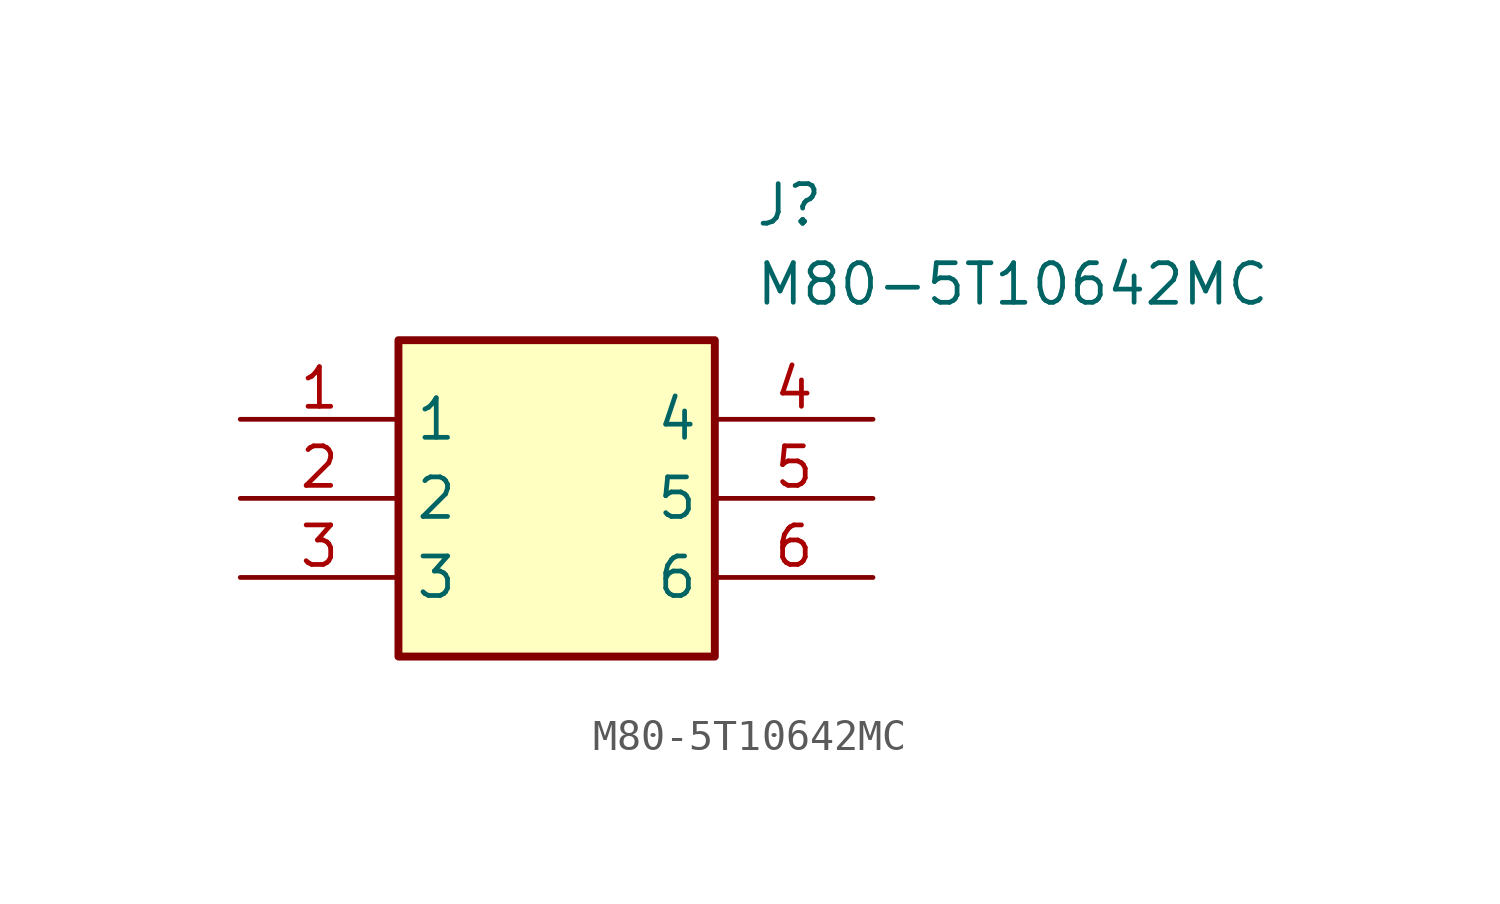
<source format=kicad_sym>
(kicad_symbol_lib
  (version 20211014)
  (generator SamacSys_ECAD_Model)
  (symbol "M80-5T10642MC"
    (property "Reference" "J"
      (at 16.51 7.62 0)
      (effects (font (size 1.27 1.27)) (justify left top)))
    (property "Value" "M80-5T10642MC"
      (at 16.51 5.08 0)
      (effects (font (size 1.27 1.27)) (justify left top)))
    (rectangle
      (start 5.08 2.54)
      (end 15.24 -7.62)
      (stroke (width 0.254) (type default))
      (fill (type background)))
    (pin passive line
      (at 0 0 0)
      (length 5.08)
      (name "1" (effects (font (size 1.27 1.27))))
      (number "1" (effects (font (size 1.27 1.27)))))
    (pin passive line
      (at 0 -2.54 0)
      (length 5.08)
      (name "2" (effects (font (size 1.27 1.27))))
      (number "2" (effects (font (size 1.27 1.27)))))
    (pin passive line
      (at 0 -5.08 0)
      (length 5.08)
      (name "3" (effects (font (size 1.27 1.27))))
      (number "3" (effects (font (size 1.27 1.27)))))
    (pin passive line
      (at 20.32 0 180)
      (length 5.08)
      (name "4" (effects (font (size 1.27 1.27))))
      (number "4" (effects (font (size 1.27 1.27)))))
    (pin passive line
      (at 20.32 -2.54 180)
      (length 5.08)
      (name "5" (effects (font (size 1.27 1.27))))
      (number "5" (effects (font (size 1.27 1.27)))))
    (pin passive line
      (at 20.32 -5.08 180)
      (length 5.08)
      (name "6" (effects (font (size 1.27 1.27))))
      (number "6" (effects (font (size 1.27 1.27)))))))
</source>
